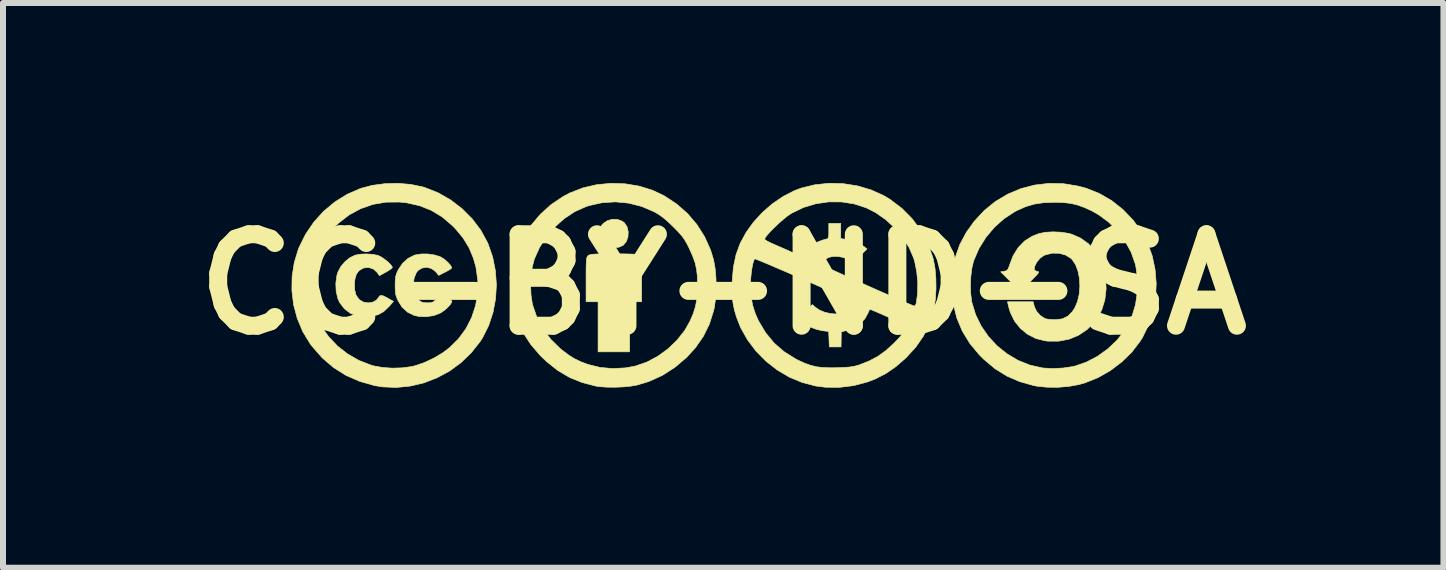
<source format=kicad_pcb>
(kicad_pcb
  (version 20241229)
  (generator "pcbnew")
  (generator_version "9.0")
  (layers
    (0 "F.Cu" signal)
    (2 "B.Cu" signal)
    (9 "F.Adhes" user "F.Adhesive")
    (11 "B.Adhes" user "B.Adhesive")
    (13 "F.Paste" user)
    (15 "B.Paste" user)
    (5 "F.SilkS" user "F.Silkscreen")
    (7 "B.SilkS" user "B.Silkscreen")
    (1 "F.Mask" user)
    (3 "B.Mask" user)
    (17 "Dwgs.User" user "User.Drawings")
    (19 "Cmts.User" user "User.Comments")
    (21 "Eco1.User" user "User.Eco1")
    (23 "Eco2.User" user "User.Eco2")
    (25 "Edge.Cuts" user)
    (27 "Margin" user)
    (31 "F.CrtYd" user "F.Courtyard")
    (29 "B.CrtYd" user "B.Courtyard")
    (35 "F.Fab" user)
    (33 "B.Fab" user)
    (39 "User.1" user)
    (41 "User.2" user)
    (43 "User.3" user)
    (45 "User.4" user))
  (footprint "CC-BY-ND-SA"
    (layer "F.Cu")
    (at 9.006 1.69)
    (property "Reference" "CC-BY-ND-SA" (at 0 0 0) (layer "F.SilkS") (effects (font (size 1.524 1.524) (thickness 0.3))))
    (attr through_hole)
    (fp_poly (pts (xy -1.759 -1.081) (xy -1.681 -1.051) (xy -1.645 -1.023) (xy -1.602 -0.957) (xy -1.584 -0.877) (xy -1.588 -0.793) (xy -1.615 -0.715) (xy -1.664 -0.655) (xy -1.669 -0.651) (xy -1.734 -0.621) (xy -1.816 -0.608) (xy -1.898 -0.613) (xy -1.917 -0.618) (xy -1.983 -0.651) (xy -2.026 -0.705) (xy -2.047 -0.783) (xy -2.05 -0.847) (xy -2.048 -0.914) (xy -2.04 -0.958) (xy -2.022 -0.99) (xy -1.998 -1.016) (xy -1.928 -1.063) (xy -1.845 -1.085) (xy -1.759 -1.081)) (stroke (width 0.01) (type solid)) (fill yes) (layer "F.SilkS"))
    (fp_poly (pts (xy -1.685 -0.508) (xy -1.583 -0.506) (xy -1.507 -0.504) (xy -1.455 -0.5) (xy -1.42 -0.495) (xy -1.399 -0.487) (xy -1.389 -0.479) (xy -1.379 -0.465) (xy -1.372 -0.44) (xy -1.367 -0.399) (xy -1.363 -0.339) (xy -1.362 -0.255) (xy -1.361 -0.14) (xy -1.361 -0.08) (xy -1.361 0.29) (xy -1.56 0.29) (xy -1.56 1.125) (xy -2.086 1.125) (xy -2.086 0.29) (xy -2.286 0.29) (xy -2.286 -0.079) (xy -2.286 -0.205) (xy -2.285 -0.299) (xy -2.282 -0.368) (xy -2.279 -0.415) (xy -2.273 -0.445) (xy -2.264 -0.465) (xy -2.253 -0.478) (xy -2.253 -0.478) (xy -2.238 -0.488) (xy -2.214 -0.495) (xy -2.178 -0.501) (xy -2.124 -0.505) (xy -2.047 -0.507) (xy -1.943 -0.508) (xy -1.819 -0.508) (xy -1.685 -0.508)) (stroke (width 0.01) (type solid)) (fill yes) (layer "F.SilkS"))
    (fp_poly (pts (xy -5.844 -0.5) (xy -5.757 -0.483) (xy -5.749 -0.48) (xy -5.701 -0.456) (xy -5.645 -0.418) (xy -5.59 -0.374) (xy -5.546 -0.33) (xy -5.519 -0.295) (xy -5.516 -0.282) (xy -5.531 -0.264) (xy -5.569 -0.236) (xy -5.623 -0.204) (xy -5.731 -0.145) (xy -5.769 -0.199) (xy -5.829 -0.254) (xy -5.904 -0.28) (xy -5.985 -0.275) (xy -6.009 -0.266) (xy -6.072 -0.228) (xy -6.114 -0.172) (xy -6.138 -0.092) (xy -6.146 -0.03) (xy -6.145 0.086) (xy -6.122 0.177) (xy -6.074 0.247) (xy -6.057 0.262) (xy -5.992 0.298) (xy -5.917 0.309) (xy -5.844 0.298) (xy -5.782 0.264) (xy -5.75 0.225) (xy -5.729 0.195) (xy -5.702 0.184) (xy -5.662 0.194) (xy -5.602 0.225) (xy -5.587 0.233) (xy -5.497 0.285) (xy -5.572 0.37) (xy -5.659 0.453) (xy -5.751 0.505) (xy -5.86 0.532) (xy -5.924 0.537) (xy -5.997 0.538) (xy -6.063 0.535) (xy -6.105 0.528) (xy -6.218 0.481) (xy -6.316 0.405) (xy -6.392 0.306) (xy -6.423 0.24) (xy -6.452 0.118) (xy -6.458 -0.016) (xy -6.44 -0.148) (xy -6.422 -0.207) (xy -6.374 -0.296) (xy -6.304 -0.379) (xy -6.222 -0.445) (xy -6.137 -0.486) (xy -6.137 -0.486) (xy -6.05 -0.503) (xy -5.947 -0.507) (xy -5.844 -0.5)) (stroke (width 0.01) (type solid)) (fill yes) (layer "F.SilkS"))
    (fp_poly (pts (xy -4.925 -0.506) (xy -4.819 -0.491) (xy -4.727 -0.464) (xy -4.694 -0.448) (xy -4.639 -0.41) (xy -4.589 -0.365) (xy -4.55 -0.321) (xy -4.529 -0.285) (xy -4.529 -0.268) (xy -4.549 -0.253) (xy -4.592 -0.227) (xy -4.641 -0.201) (xy -4.744 -0.149) (xy -4.778 -0.194) (xy -4.818 -0.232) (xy -4.869 -0.266) (xy -4.872 -0.267) (xy -4.947 -0.285) (xy -5.023 -0.271) (xy -5.088 -0.231) (xy -5.116 -0.195) (xy -5.152 -0.107) (xy -5.166 -0.007) (xy -5.157 0.094) (xy -5.128 0.186) (xy -5.08 0.257) (xy -5.041 0.289) (xy -5 0.304) (xy -4.94 0.308) (xy -4.934 0.308) (xy -4.874 0.306) (xy -4.834 0.292) (xy -4.796 0.261) (xy -4.777 0.242) (xy -4.715 0.176) (xy -4.624 0.219) (xy -4.572 0.245) (xy -4.535 0.267) (xy -4.524 0.276) (xy -4.528 0.302) (xy -4.554 0.341) (xy -4.597 0.388) (xy -4.65 0.434) (xy -4.706 0.473) (xy -4.719 0.48) (xy -4.824 0.52) (xy -4.945 0.539) (xy -5.067 0.536) (xy -5.153 0.517) (xy -5.263 0.463) (xy -5.354 0.379) (xy -5.418 0.277) (xy -5.444 0.219) (xy -5.46 0.166) (xy -5.467 0.105) (xy -5.469 0.022) (xy -5.469 0.017) (xy -5.467 -0.066) (xy -5.461 -0.126) (xy -5.447 -0.177) (xy -5.422 -0.232) (xy -5.415 -0.247) (xy -5.344 -0.351) (xy -5.254 -0.432) (xy -5.15 -0.485) (xy -5.129 -0.491) (xy -5.033 -0.506) (xy -4.925 -0.506)) (stroke (width 0.01) (type solid)) (fill yes) (layer "F.SilkS"))
    (fp_poly (pts (xy 5.632 -0.869) (xy 5.756 -0.85) (xy 5.809 -0.836) (xy 5.958 -0.77) (xy 6.089 -0.676) (xy 6.2 -0.555) (xy 6.286 -0.412) (xy 6.346 -0.249) (xy 6.372 -0.12) (xy 6.383 0.075) (xy 6.362 0.258) (xy 6.31 0.426) (xy 6.228 0.577) (xy 6.191 0.626) (xy 6.067 0.752) (xy 5.924 0.848) (xy 5.765 0.914) (xy 5.594 0.947) (xy 5.413 0.947) (xy 5.364 0.941) (xy 5.21 0.902) (xy 5.072 0.831) (xy 4.953 0.733) (xy 4.856 0.612) (xy 4.787 0.47) (xy 4.761 0.386) (xy 4.739 0.29) (xy 5.166 0.29) (xy 5.186 0.37) (xy 5.221 0.446) (xy 5.28 0.515) (xy 5.352 0.564) (xy 5.384 0.576) (xy 5.43 0.583) (xy 5.495 0.588) (xy 5.544 0.589) (xy 5.653 0.575) (xy 5.744 0.531) (xy 5.82 0.455) (xy 5.859 0.396) (xy 5.906 0.286) (xy 5.935 0.161) (xy 5.945 0.03) (xy 5.938 -0.101) (xy 5.913 -0.224) (xy 5.872 -0.331) (xy 5.815 -0.415) (xy 5.796 -0.434) (xy 5.706 -0.489) (xy 5.6 -0.518) (xy 5.486 -0.52) (xy 5.373 -0.492) (xy 5.341 -0.479) (xy 5.281 -0.435) (xy 5.228 -0.372) (xy 5.193 -0.302) (xy 5.186 -0.273) (xy 5.188 -0.238) (xy 5.214 -0.222) (xy 5.23 -0.218) (xy 5.25 -0.213) (xy 5.258 -0.205) (xy 5.253 -0.189) (xy 5.23 -0.161) (xy 5.187 -0.116) (xy 5.122 -0.05) (xy 5.117 -0.046) (xy 4.953 0.117) (xy 4.789 -0.046) (xy 4.625 -0.209) (xy 4.685 -0.218) (xy 4.723 -0.228) (xy 4.746 -0.25) (xy 4.765 -0.296) (xy 4.768 -0.308) (xy 4.832 -0.475) (xy 4.917 -0.613) (xy 5.023 -0.722) (xy 5.152 -0.803) (xy 5.263 -0.846) (xy 5.371 -0.868) (xy 5.499 -0.875) (xy 5.632 -0.869)) (stroke (width 0.01) (type solid)) (fill yes) (layer "F.SilkS"))
    (fp_poly (pts (xy -5.21 -1.666) (xy -5.011 -1.625) (xy -4.972 -1.613) (xy -4.748 -1.524) (xy -4.54 -1.404) (xy -4.35 -1.258) (xy -4.182 -1.089) (xy -4.04 -0.9) (xy -3.928 -0.694) (xy -3.921 -0.678) (xy -3.844 -0.458) (xy -3.798 -0.228) (xy -3.781 0.006) (xy -3.795 0.241) (xy -3.838 0.469) (xy -3.91 0.687) (xy -4.011 0.889) (xy -4.052 0.953) (xy -4.2 1.14) (xy -4.371 1.305) (xy -4.562 1.445) (xy -4.77 1.557) (xy -4.989 1.642) (xy -5.217 1.696) (xy -5.449 1.719) (xy -5.682 1.709) (xy -5.815 1.687) (xy -6.061 1.617) (xy -6.289 1.517) (xy -6.497 1.386) (xy -6.685 1.225) (xy -6.852 1.034) (xy -6.888 0.986) (xy -7.01 0.785) (xy -7.101 0.567) (xy -7.162 0.339) (xy -7.19 0.105) (xy -7.189 -0.011) (xy -6.883 -0.011) (xy -6.871 0.197) (xy -6.826 0.402) (xy -6.748 0.601) (xy -6.637 0.791) (xy -6.58 0.869) (xy -6.433 1.026) (xy -6.262 1.16) (xy -6.072 1.269) (xy -5.87 1.347) (xy -5.824 1.36) (xy -5.679 1.386) (xy -5.517 1.397) (xy -5.352 1.392) (xy -5.199 1.372) (xy -5.143 1.359) (xy -4.989 1.307) (xy -4.83 1.233) (xy -4.678 1.143) (xy -4.569 1.062) (xy -4.415 0.911) (xy -4.29 0.741) (xy -4.194 0.554) (xy -4.128 0.354) (xy -4.093 0.145) (xy -4.091 -0.07) (xy -4.122 -0.286) (xy -4.165 -0.438) (xy -4.238 -0.612) (xy -4.336 -0.773) (xy -4.464 -0.927) (xy -4.516 -0.98) (xy -4.684 -1.123) (xy -4.865 -1.233) (xy -5.062 -1.311) (xy -5.275 -1.359) (xy -5.4 -1.372) (xy -5.624 -1.37) (xy -5.839 -1.333) (xy -6.043 -1.262) (xy -6.234 -1.159) (xy -6.409 -1.024) (xy -6.457 -0.978) (xy -6.606 -0.805) (xy -6.723 -0.619) (xy -6.809 -0.422) (xy -6.862 -0.219) (xy -6.883 -0.011) (xy -7.189 -0.011) (xy -7.187 -0.131) (xy -7.15 -0.365) (xy -7.081 -0.591) (xy -7.07 -0.617) (xy -6.961 -0.837) (xy -6.823 -1.039) (xy -6.66 -1.219) (xy -6.475 -1.373) (xy -6.271 -1.5) (xy -6.052 -1.596) (xy -6.044 -1.599) (xy -5.851 -1.65) (xy -5.64 -1.678) (xy -5.423 -1.684) (xy -5.21 -1.666)) (stroke (width 0.01) (type solid)) (fill yes) (layer "F.SilkS"))
    (fp_poly (pts (xy 5.671 -1.678) (xy 5.916 -1.638) (xy 6.051 -1.602) (xy 6.269 -1.515) (xy 6.475 -1.396) (xy 6.663 -1.247) (xy 6.832 -1.071) (xy 6.963 -0.893) (xy 7.072 -0.692) (xy 7.151 -0.475) (xy 7.199 -0.248) (xy 7.218 -0.014) (xy 7.207 0.22) (xy 7.165 0.45) (xy 7.093 0.672) (xy 6.992 0.881) (xy 6.95 0.949) (xy 6.811 1.13) (xy 6.644 1.293) (xy 6.456 1.436) (xy 6.251 1.553) (xy 6.036 1.64) (xy 5.931 1.67) (xy 5.763 1.701) (xy 5.582 1.716) (xy 5.4 1.715) (xy 5.232 1.698) (xy 5.175 1.687) (xy 4.941 1.621) (xy 4.729 1.529) (xy 4.533 1.408) (xy 4.349 1.254) (xy 4.27 1.176) (xy 4.112 0.986) (xy 3.986 0.78) (xy 3.894 0.561) (xy 3.836 0.328) (xy 3.811 0.081) (xy 3.81 0.022) (xy 3.811 0.008) (xy 4.121 0.008) (xy 4.125 0.147) (xy 4.139 0.271) (xy 4.145 0.301) (xy 4.207 0.505) (xy 4.3 0.695) (xy 4.421 0.87) (xy 4.566 1.026) (xy 4.732 1.159) (xy 4.914 1.267) (xy 5.111 1.346) (xy 5.317 1.392) (xy 5.337 1.395) (xy 5.495 1.404) (xy 5.665 1.395) (xy 5.826 1.371) (xy 5.869 1.361) (xy 6.057 1.295) (xy 6.24 1.199) (xy 6.41 1.077) (xy 6.562 0.934) (xy 6.689 0.775) (xy 6.728 0.714) (xy 6.814 0.534) (xy 6.873 0.336) (xy 6.904 0.127) (xy 6.907 -0.084) (xy 6.88 -0.29) (xy 6.867 -0.346) (xy 6.8 -0.536) (xy 6.701 -0.717) (xy 6.576 -0.886) (xy 6.428 -1.035) (xy 6.262 -1.158) (xy 6.148 -1.223) (xy 6.017 -1.283) (xy 5.902 -1.324) (xy 5.79 -1.35) (xy 5.669 -1.364) (xy 5.524 -1.368) (xy 5.515 -1.368) (xy 5.339 -1.361) (xy 5.184 -1.338) (xy 5.04 -1.295) (xy 4.895 -1.23) (xy 4.862 -1.213) (xy 4.683 -1.096) (xy 4.52 -0.951) (xy 4.379 -0.783) (xy 4.263 -0.597) (xy 4.177 -0.398) (xy 4.169 -0.373) (xy 4.144 -0.265) (xy 4.128 -0.133) (xy 4.121 0.008) (xy 3.811 0.008) (xy 3.824 -0.222) (xy 3.868 -0.449) (xy 3.943 -0.661) (xy 4.051 -0.864) (xy 4.183 -1.048) (xy 4.35 -1.229) (xy 4.537 -1.381) (xy 4.742 -1.503) (xy 4.96 -1.595) (xy 5.19 -1.655) (xy 5.428 -1.683) (xy 5.671 -1.678)) (stroke (width 0.01) (type solid)) (fill yes) (layer "F.SilkS"))
    (fp_poly (pts (xy -1.636 -1.676) (xy -1.403 -1.638) (xy -1.18 -1.569) (xy -0.987 -1.478) (xy -0.78 -1.342) (xy -0.596 -1.181) (xy -0.439 -0.997) (xy -0.31 -0.793) (xy -0.211 -0.573) (xy -0.16 -0.405) (xy -0.135 -0.264) (xy -0.121 -0.102) (xy -0.118 0.068) (xy -0.127 0.235) (xy -0.148 0.385) (xy -0.16 0.439) (xy -0.231 0.663) (xy -0.331 0.866) (xy -0.462 1.055) (xy -0.611 1.218) (xy -0.806 1.384) (xy -1.016 1.518) (xy -1.241 1.62) (xy -1.438 1.679) (xy -1.539 1.697) (xy -1.663 1.709) (xy -1.798 1.715) (xy -1.931 1.714) (xy -2.051 1.706) (xy -2.12 1.697) (xy -2.351 1.637) (xy -2.563 1.551) (xy -2.759 1.435) (xy -2.945 1.287) (xy -3.05 1.186) (xy -3.208 1.002) (xy -3.333 0.809) (xy -3.426 0.604) (xy -3.483 0.416) (xy -3.502 0.307) (xy -3.514 0.174) (xy -3.52 0.03) (xy -3.52 0.023) (xy -3.211 0.023) (xy -3.204 0.179) (xy -3.183 0.319) (xy -3.177 0.344) (xy -3.107 0.549) (xy -3.005 0.742) (xy -2.873 0.918) (xy -2.716 1.072) (xy -2.689 1.094) (xy -2.578 1.178) (xy -2.477 1.241) (xy -2.373 1.291) (xy -2.257 1.335) (xy -2.053 1.385) (xy -1.839 1.404) (xy -1.623 1.392) (xy -1.461 1.361) (xy -1.271 1.295) (xy -1.089 1.198) (xy -0.919 1.074) (xy -0.768 0.929) (xy -0.641 0.768) (xy -0.554 0.614) (xy -0.5 0.49) (xy -0.464 0.375) (xy -0.441 0.256) (xy -0.43 0.122) (xy -0.428 0.018) (xy -0.431 -0.127) (xy -0.444 -0.249) (xy -0.469 -0.361) (xy -0.51 -0.474) (xy -0.568 -0.603) (xy -0.574 -0.616) (xy -0.614 -0.694) (xy -0.653 -0.758) (xy -0.698 -0.818) (xy -0.757 -0.883) (xy -0.833 -0.96) (xy -0.927 -1.05) (xy -1.008 -1.118) (xy -1.085 -1.172) (xy -1.152 -1.21) (xy -1.36 -1.299) (xy -1.577 -1.354) (xy -1.797 -1.375) (xy -2.019 -1.361) (xy -2.236 -1.313) (xy -2.293 -1.294) (xy -2.477 -1.211) (xy -2.65 -1.096) (xy -2.808 -0.955) (xy -2.947 -0.793) (xy -3.062 -0.615) (xy -3.147 -0.425) (xy -3.151 -0.414) (xy -3.184 -0.286) (xy -3.204 -0.136) (xy -3.211 0.023) (xy -3.52 0.023) (xy -3.518 -0.114) (xy -3.509 -0.245) (xy -3.494 -0.345) (xy -3.428 -0.571) (xy -3.329 -0.787) (xy -3.201 -0.987) (xy -3.046 -1.17) (xy -2.868 -1.33) (xy -2.669 -1.464) (xy -2.557 -1.523) (xy -2.339 -1.608) (xy -2.11 -1.661) (xy -1.874 -1.684) (xy -1.636 -1.676)) (stroke (width 0.01) (type solid)) (fill yes) (layer "F.SilkS"))
    (fp_poly (pts (xy 2.004 -1.678) (xy 2.24 -1.641) (xy 2.466 -1.574) (xy 2.678 -1.478) (xy 2.781 -1.416) (xy 2.98 -1.265) (xy 3.152 -1.091) (xy 3.297 -0.895) (xy 3.411 -0.681) (xy 3.493 -0.451) (xy 3.505 -0.406) (xy 3.531 -0.263) (xy 3.545 -0.098) (xy 3.547 0.075) (xy 3.537 0.243) (xy 3.515 0.395) (xy 3.505 0.441) (xy 3.435 0.661) (xy 3.338 0.861) (xy 3.21 1.046) (xy 3.05 1.221) (xy 3.045 1.226) (xy 2.879 1.371) (xy 2.712 1.486) (xy 2.535 1.577) (xy 2.404 1.627) (xy 2.175 1.688) (xy 1.938 1.717) (xy 1.702 1.715) (xy 1.542 1.695) (xy 1.317 1.636) (xy 1.101 1.546) (xy 0.898 1.426) (xy 0.712 1.28) (xy 0.546 1.112) (xy 0.405 0.925) (xy 0.291 0.723) (xy 0.221 0.544) (xy 0.187 0.429) (xy 0.165 0.323) (xy 0.152 0.216) (xy 0.147 0.095) (xy 0.149 0.013) (xy 0.454 0.013) (xy 0.462 0.189) (xy 0.489 0.345) (xy 0.537 0.495) (xy 0.588 0.608) (xy 0.706 0.806) (xy 0.848 0.978) (xy 1.015 1.123) (xy 1.208 1.244) (xy 1.245 1.263) (xy 1.357 1.314) (xy 1.457 1.35) (xy 1.555 1.374) (xy 1.662 1.387) (xy 1.788 1.391) (xy 1.896 1.39) (xy 2.012 1.385) (xy 2.1 1.379) (xy 2.171 1.369) (xy 2.232 1.354) (xy 2.267 1.343) (xy 2.432 1.278) (xy 2.576 1.202) (xy 2.709 1.106) (xy 2.843 0.985) (xy 2.846 0.982) (xy 2.924 0.901) (xy 2.987 0.827) (xy 3.032 0.764) (xy 3.056 0.717) (xy 3.056 0.69) (xy 3.055 0.69) (xy 3.035 0.678) (xy 2.987 0.655) (xy 2.92 0.623) (xy 2.84 0.586) (xy 2.753 0.547) (xy 2.665 0.508) (xy 2.585 0.473) (xy 2.517 0.444) (xy 2.469 0.424) (xy 2.447 0.417) (xy 2.433 0.433) (xy 2.416 0.47) (xy 2.415 0.475) (xy 2.362 0.573) (xy 2.279 0.659) (xy 2.173 0.726) (xy 2.054 0.77) (xy 1.968 0.792) (xy 1.966 0.917) (xy 1.964 1.043) (xy 1.769 1.043) (xy 1.758 0.785) (xy 1.652 0.773) (xy 1.557 0.751) (xy 1.452 0.712) (xy 1.353 0.661) (xy 1.289 0.616) (xy 1.245 0.578) (xy 1.366 0.458) (xy 1.486 0.337) (xy 1.528 0.376) (xy 1.6 0.427) (xy 1.688 0.464) (xy 1.784 0.487) (xy 1.878 0.494) (xy 1.959 0.482) (xy 2.012 0.458) (xy 2.042 0.429) (xy 2.056 0.393) (xy 2.059 0.335) (xy 2.059 0.334) (xy 2.057 0.279) (xy 2.046 0.248) (xy 2.019 0.226) (xy 1.996 0.213) (xy 1.945 0.189) (xy 1.87 0.154) (xy 1.774 0.111) (xy 1.662 0.061) (xy 1.538 0.006) (xy 1.406 -0.052) (xy 1.269 -0.112) (xy 1.133 -0.171) (xy 1.001 -0.228) (xy 0.877 -0.281) (xy 0.766 -0.329) (xy 0.671 -0.369) (xy 0.597 -0.399) (xy 0.547 -0.419) (xy 0.525 -0.426) (xy 0.525 -0.426) (xy 0.51 -0.4) (xy 0.494 -0.345) (xy 0.479 -0.271) (xy 0.467 -0.183) (xy 0.458 -0.092) (xy 0.454 -0.003) (xy 0.454 0.013) (xy 0.149 0.013) (xy 0.15 -0.049) (xy 0.15 -0.059) (xy 0.17 -0.288) (xy 0.214 -0.495) (xy 0.284 -0.686) (xy 0.322 -0.755) (xy 0.69 -0.755) (xy 0.705 -0.738) (xy 0.746 -0.713) (xy 0.803 -0.686) (xy 0.803 -0.686) (xy 0.866 -0.658) (xy 0.951 -0.621) (xy 1.045 -0.58) (xy 1.12 -0.546) (xy 1.325 -0.455) (xy 1.361 -0.527) (xy 1.426 -0.615) (xy 1.523 -0.685) (xy 1.65 -0.736) (xy 1.71 -0.752) (xy 1.736 -0.759) (xy 1.751 -0.773) (xy 1.758 -0.802) (xy 1.76 -0.855) (xy 1.76 -0.889) (xy 1.76 -1.016) (xy 1.959 -1.016) (xy 1.959 -0.764) (xy 2.027 -0.752) (xy 2.11 -0.733) (xy 2.198 -0.704) (xy 2.279 -0.669) (xy 2.34 -0.635) (xy 2.346 -0.63) (xy 2.396 -0.59) (xy 2.178 -0.374) (xy 2.092 -0.415) (xy 1.999 -0.45) (xy 1.906 -0.466) (xy 1.821 -0.465) (xy 1.749 -0.446) (xy 1.698 -0.411) (xy 1.677 -0.372) (xy 1.673 -0.331) (xy 1.68 -0.308) (xy 1.7 -0.297) (xy 1.749 -0.274) (xy 1.823 -0.239) (xy 1.918 -0.196) (xy 2.029 -0.145) (xy 2.153 -0.09) (xy 2.286 -0.03) (xy 2.423 0.031) (xy 2.56 0.092) (xy 2.694 0.151) (xy 2.82 0.207) (xy 2.933 0.256) (xy 3.031 0.299) (xy 3.108 0.331) (xy 3.161 0.353) (xy 3.186 0.362) (xy 3.186 0.362) (xy 3.205 0.347) (xy 3.218 0.313) (xy 3.24 0.151) (xy 3.243 -0.028) (xy 3.226 -0.209) (xy 3.192 -0.38) (xy 3.173 -0.442) (xy 3.098 -0.615) (xy 2.993 -0.782) (xy 2.861 -0.938) (xy 2.711 -1.077) (xy 2.545 -1.194) (xy 2.386 -1.275) (xy 2.184 -1.341) (xy 1.973 -1.374) (xy 1.758 -1.375) (xy 1.544 -1.344) (xy 1.339 -1.282) (xy 1.146 -1.189) (xy 1.117 -1.171) (xy 1.061 -1.132) (xy 0.995 -1.078) (xy 0.924 -1.016) (xy 0.854 -0.949) (xy 0.79 -0.885) (xy 0.738 -0.827) (xy 0.702 -0.782) (xy 0.69 -0.755) (xy 0.322 -0.755) (xy 0.383 -0.868) (xy 0.505 -1.037) (xy 0.652 -1.197) (xy 0.818 -1.342) (xy 0.997 -1.464) (xy 1.181 -1.559) (xy 1.298 -1.604) (xy 1.528 -1.66) (xy 1.765 -1.685) (xy 2.004 -1.678)) (stroke (width 0.01) (type solid)) (fill yes) (layer "F.SilkS")))
  (gr_rect
    (start -3 -3)
    (end 21.012 6.414)
    (stroke (width 0.1) (type default))
    (fill no)
    (layer "Edge.Cuts")))
</source>
